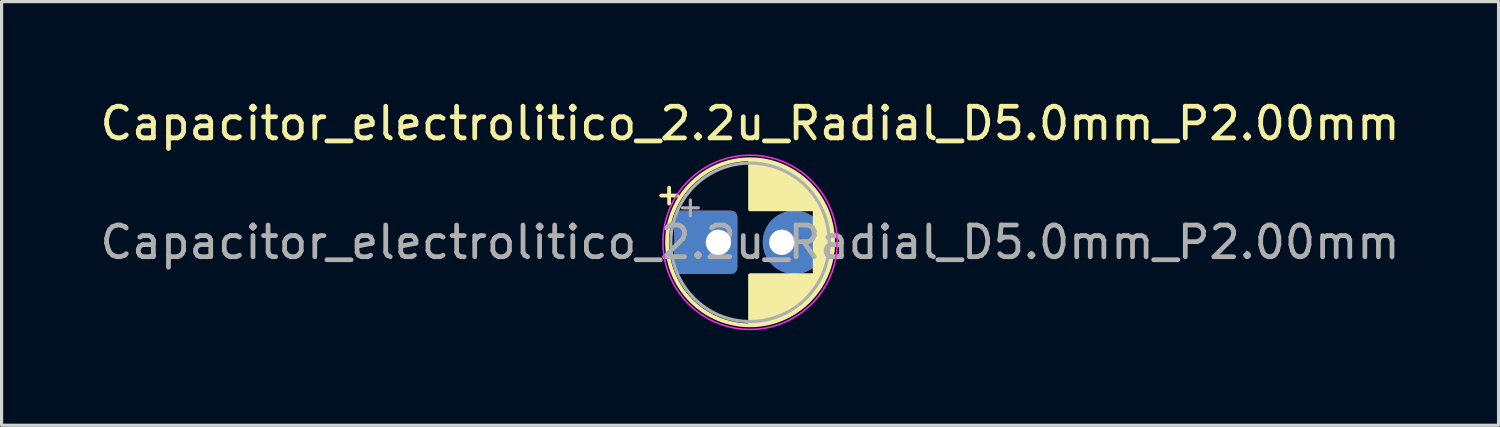
<source format=kicad_pcb>
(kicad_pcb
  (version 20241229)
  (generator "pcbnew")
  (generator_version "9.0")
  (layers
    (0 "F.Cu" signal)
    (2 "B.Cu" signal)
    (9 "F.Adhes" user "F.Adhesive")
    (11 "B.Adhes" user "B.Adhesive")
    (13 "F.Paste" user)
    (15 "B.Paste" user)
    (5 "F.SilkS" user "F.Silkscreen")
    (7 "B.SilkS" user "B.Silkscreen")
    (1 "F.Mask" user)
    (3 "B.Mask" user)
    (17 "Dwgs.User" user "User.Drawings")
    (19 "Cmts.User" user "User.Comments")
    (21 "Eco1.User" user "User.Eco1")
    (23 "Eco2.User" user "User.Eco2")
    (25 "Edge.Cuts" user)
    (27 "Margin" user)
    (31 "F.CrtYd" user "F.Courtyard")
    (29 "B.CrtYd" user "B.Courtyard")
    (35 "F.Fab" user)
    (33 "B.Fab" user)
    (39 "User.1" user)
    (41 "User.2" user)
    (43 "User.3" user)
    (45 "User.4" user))
  (footprint "Capacitor_electrolitico_2.2u_Radial_D5.0mm_P2.00mm"
    (layer "F.Cu")
    (at 20.625 4.598)
    (property "Reference" "Capacitor_electrolitico_2.2u_Radial_D5.0mm_P2.00mm" (at 0 -3.75 0) (layer "F.SilkS") (effects (font (size 1 1) (thickness 0.15))))
    (attr through_hole)
    (fp_line (start -2.805 -1.475) (end -2.305 -1.475) (stroke (width 0.12) (type solid)) (layer "F.SilkS"))
    (fp_line (start -2.555 -1.725) (end -2.555 -1.225) (stroke (width 0.12) (type solid)) (layer "F.SilkS"))
    (fp_line (start 0 -2.58) (end 0 -1.04) (stroke (width 0.12) (type solid)) (layer "F.SilkS"))
    (fp_line (start 0 1.04) (end 0 2.58) (stroke (width 0.12) (type solid)) (layer "F.SilkS"))
    (fp_line (start 0.04 -2.58) (end 0.04 -1.04) (stroke (width 0.12) (type solid)) (layer "F.SilkS"))
    (fp_line (start 0.04 1.04) (end 0.04 2.58) (stroke (width 0.12) (type solid)) (layer "F.SilkS"))
    (fp_line (start 0.08 -2.579) (end 0.08 -1.04) (stroke (width 0.12) (type solid)) (layer "F.SilkS"))
    (fp_line (start 0.08 1.04) (end 0.08 2.579) (stroke (width 0.12) (type solid)) (layer "F.SilkS"))
    (fp_line (start 0.12 -2.577) (end 0.12 -1.04) (stroke (width 0.12) (type solid)) (layer "F.SilkS"))
    (fp_line (start 0.12 1.04) (end 0.12 2.577) (stroke (width 0.12) (type solid)) (layer "F.SilkS"))
    (fp_line (start 0.16 -2.575) (end 0.16 -1.04) (stroke (width 0.12) (type solid)) (layer "F.SilkS"))
    (fp_line (start 0.16 1.04) (end 0.16 2.575) (stroke (width 0.12) (type solid)) (layer "F.SilkS"))
    (fp_line (start 0.2 -2.572) (end 0.2 -1.04) (stroke (width 0.12) (type solid)) (layer "F.SilkS"))
    (fp_line (start 0.2 1.04) (end 0.2 2.572) (stroke (width 0.12) (type solid)) (layer "F.SilkS"))
    (fp_line (start 0.24 -2.569) (end 0.24 -1.04) (stroke (width 0.12) (type solid)) (layer "F.SilkS"))
    (fp_line (start 0.24 1.04) (end 0.24 2.569) (stroke (width 0.12) (type solid)) (layer "F.SilkS"))
    (fp_line (start 0.28 -2.565) (end 0.28 -1.04) (stroke (width 0.12) (type solid)) (layer "F.SilkS"))
    (fp_line (start 0.28 1.04) (end 0.28 2.565) (stroke (width 0.12) (type solid)) (layer "F.SilkS"))
    (fp_line (start 0.32 -2.56) (end 0.32 -1.04) (stroke (width 0.12) (type solid)) (layer "F.SilkS"))
    (fp_line (start 0.32 1.04) (end 0.32 2.56) (stroke (width 0.12) (type solid)) (layer "F.SilkS"))
    (fp_line (start 0.36 -2.555) (end 0.36 -1.04) (stroke (width 0.12) (type solid)) (layer "F.SilkS"))
    (fp_line (start 0.36 1.04) (end 0.36 2.555) (stroke (width 0.12) (type solid)) (layer "F.SilkS"))
    (fp_line (start 0.4 -2.549) (end 0.4 -1.04) (stroke (width 0.12) (type solid)) (layer "F.SilkS"))
    (fp_line (start 0.4 1.04) (end 0.4 2.549) (stroke (width 0.12) (type solid)) (layer "F.SilkS"))
    (fp_line (start 0.44 -2.543) (end 0.44 -1.04) (stroke (width 0.12) (type solid)) (layer "F.SilkS"))
    (fp_line (start 0.44 1.04) (end 0.44 2.543) (stroke (width 0.12) (type solid)) (layer "F.SilkS"))
    (fp_line (start 0.48 -2.536) (end 0.48 -1.04) (stroke (width 0.12) (type solid)) (layer "F.SilkS"))
    (fp_line (start 0.48 1.04) (end 0.48 2.536) (stroke (width 0.12) (type solid)) (layer "F.SilkS"))
    (fp_line (start 0.52 -2.528) (end 0.52 -1.04) (stroke (width 0.12) (type solid)) (layer "F.SilkS"))
    (fp_line (start 0.52 1.04) (end 0.52 2.528) (stroke (width 0.12) (type solid)) (layer "F.SilkS"))
    (fp_line (start 0.56 -2.519) (end 0.56 -1.04) (stroke (width 0.12) (type solid)) (layer "F.SilkS"))
    (fp_line (start 0.56 1.04) (end 0.56 2.519) (stroke (width 0.12) (type solid)) (layer "F.SilkS"))
    (fp_line (start 0.6 -2.51) (end 0.6 -1.04) (stroke (width 0.12) (type solid)) (layer "F.SilkS"))
    (fp_line (start 0.6 1.04) (end 0.6 2.51) (stroke (width 0.12) (type solid)) (layer "F.SilkS"))
    (fp_line (start 0.64 -2.501) (end 0.64 -1.04) (stroke (width 0.12) (type solid)) (layer "F.SilkS"))
    (fp_line (start 0.64 1.04) (end 0.64 2.501) (stroke (width 0.12) (type solid)) (layer "F.SilkS"))
    (fp_line (start 0.68 -2.49) (end 0.68 -1.04) (stroke (width 0.12) (type solid)) (layer "F.SilkS"))
    (fp_line (start 0.68 1.04) (end 0.68 2.49) (stroke (width 0.12) (type solid)) (layer "F.SilkS"))
    (fp_line (start 0.72 -2.479) (end 0.72 -1.04) (stroke (width 0.12) (type solid)) (layer "F.SilkS"))
    (fp_line (start 0.72 1.04) (end 0.72 2.479) (stroke (width 0.12) (type solid)) (layer "F.SilkS"))
    (fp_line (start 0.76 -2.467) (end 0.76 -1.04) (stroke (width 0.12) (type solid)) (layer "F.SilkS"))
    (fp_line (start 0.76 1.04) (end 0.76 2.467) (stroke (width 0.12) (type solid)) (layer "F.SilkS"))
    (fp_line (start 0.8 -2.455) (end 0.8 -1.04) (stroke (width 0.12) (type solid)) (layer "F.SilkS"))
    (fp_line (start 0.8 1.04) (end 0.8 2.455) (stroke (width 0.12) (type solid)) (layer "F.SilkS"))
    (fp_line (start 0.84 -2.442) (end 0.84 -1.04) (stroke (width 0.12) (type solid)) (layer "F.SilkS"))
    (fp_line (start 0.84 1.04) (end 0.84 2.442) (stroke (width 0.12) (type solid)) (layer "F.SilkS"))
    (fp_line (start 0.88 -2.428) (end 0.88 -1.04) (stroke (width 0.12) (type solid)) (layer "F.SilkS"))
    (fp_line (start 0.88 1.04) (end 0.88 2.428) (stroke (width 0.12) (type solid)) (layer "F.SilkS"))
    (fp_line (start 0.92 -2.413) (end 0.92 -1.04) (stroke (width 0.12) (type solid)) (layer "F.SilkS"))
    (fp_line (start 0.92 1.04) (end 0.92 2.413) (stroke (width 0.12) (type solid)) (layer "F.SilkS"))
    (fp_line (start 0.96 -2.398) (end 0.96 -1.04) (stroke (width 0.12) (type solid)) (layer "F.SilkS"))
    (fp_line (start 0.96 1.04) (end 0.96 2.398) (stroke (width 0.12) (type solid)) (layer "F.SilkS"))
    (fp_line (start 1 -2.382) (end 1 -1.04) (stroke (width 0.12) (type solid)) (layer "F.SilkS"))
    (fp_line (start 1 1.04) (end 1 2.382) (stroke (width 0.12) (type solid)) (layer "F.SilkS"))
    (fp_line (start 1.04 -2.365) (end 1.04 -1.04) (stroke (width 0.12) (type solid)) (layer "F.SilkS"))
    (fp_line (start 1.04 1.04) (end 1.04 2.365) (stroke (width 0.12) (type solid)) (layer "F.SilkS"))
    (fp_line (start 1.08 -2.347) (end 1.08 -1.04) (stroke (width 0.12) (type solid)) (layer "F.SilkS"))
    (fp_line (start 1.08 1.04) (end 1.08 2.347) (stroke (width 0.12) (type solid)) (layer "F.SilkS"))
    (fp_line (start 1.12 -2.329) (end 1.12 -1.04) (stroke (width 0.12) (type solid)) (layer "F.SilkS"))
    (fp_line (start 1.12 1.04) (end 1.12 2.329) (stroke (width 0.12) (type solid)) (layer "F.SilkS"))
    (fp_line (start 1.16 -2.309) (end 1.16 -1.04) (stroke (width 0.12) (type solid)) (layer "F.SilkS"))
    (fp_line (start 1.16 1.04) (end 1.16 2.309) (stroke (width 0.12) (type solid)) (layer "F.SilkS"))
    (fp_line (start 1.2 -2.289) (end 1.2 -1.04) (stroke (width 0.12) (type solid)) (layer "F.SilkS"))
    (fp_line (start 1.2 1.04) (end 1.2 2.289) (stroke (width 0.12) (type solid)) (layer "F.SilkS"))
    (fp_line (start 1.24 -2.268) (end 1.24 -1.04) (stroke (width 0.12) (type solid)) (layer "F.SilkS"))
    (fp_line (start 1.24 1.04) (end 1.24 2.268) (stroke (width 0.12) (type solid)) (layer "F.SilkS"))
    (fp_line (start 1.28 -2.246) (end 1.28 -1.04) (stroke (width 0.12) (type solid)) (layer "F.SilkS"))
    (fp_line (start 1.28 1.04) (end 1.28 2.246) (stroke (width 0.12) (type solid)) (layer "F.SilkS"))
    (fp_line (start 1.32 -2.223) (end 1.32 -1.04) (stroke (width 0.12) (type solid)) (layer "F.SilkS"))
    (fp_line (start 1.32 1.04) (end 1.32 2.223) (stroke (width 0.12) (type solid)) (layer "F.SilkS"))
    (fp_line (start 1.36 -2.199) (end 1.36 -1.04) (stroke (width 0.12) (type solid)) (layer "F.SilkS"))
    (fp_line (start 1.36 1.04) (end 1.36 2.199) (stroke (width 0.12) (type solid)) (layer "F.SilkS"))
    (fp_line (start 1.4 -2.175) (end 1.4 -1.04) (stroke (width 0.12) (type solid)) (layer "F.SilkS"))
    (fp_line (start 1.4 1.04) (end 1.4 2.175) (stroke (width 0.12) (type solid)) (layer "F.SilkS"))
    (fp_line (start 1.44 -2.149) (end 1.44 -1.04) (stroke (width 0.12) (type solid)) (layer "F.SilkS"))
    (fp_line (start 1.44 1.04) (end 1.44 2.149) (stroke (width 0.12) (type solid)) (layer "F.SilkS"))
    (fp_line (start 1.48 -2.122) (end 1.48 -1.04) (stroke (width 0.12) (type solid)) (layer "F.SilkS"))
    (fp_line (start 1.48 1.04) (end 1.48 2.122) (stroke (width 0.12) (type solid)) (layer "F.SilkS"))
    (fp_line (start 1.52 -2.094) (end 1.52 -1.04) (stroke (width 0.12) (type solid)) (layer "F.SilkS"))
    (fp_line (start 1.52 1.04) (end 1.52 2.094) (stroke (width 0.12) (type solid)) (layer "F.SilkS"))
    (fp_line (start 1.56 -2.065) (end 1.56 -1.04) (stroke (width 0.12) (type solid)) (layer "F.SilkS"))
    (fp_line (start 1.56 1.04) (end 1.56 2.065) (stroke (width 0.12) (type solid)) (layer "F.SilkS"))
    (fp_line (start 1.6 -2.035) (end 1.6 -1.04) (stroke (width 0.12) (type solid)) (layer "F.SilkS"))
    (fp_line (start 1.6 1.04) (end 1.6 2.035) (stroke (width 0.12) (type solid)) (layer "F.SilkS"))
    (fp_line (start 1.64 -2.003) (end 1.64 -1.04) (stroke (width 0.12) (type solid)) (layer "F.SilkS"))
    (fp_line (start 1.64 1.04) (end 1.64 2.003) (stroke (width 0.12) (type solid)) (layer "F.SilkS"))
    (fp_line (start 1.68 -1.97) (end 1.68 -1.04) (stroke (width 0.12) (type solid)) (layer "F.SilkS"))
    (fp_line (start 1.68 1.04) (end 1.68 1.97) (stroke (width 0.12) (type solid)) (layer "F.SilkS"))
    (fp_line (start 1.72 -1.936) (end 1.72 -1.04) (stroke (width 0.12) (type solid)) (layer "F.SilkS"))
    (fp_line (start 1.72 1.04) (end 1.72 1.936) (stroke (width 0.12) (type solid)) (layer "F.SilkS"))
    (fp_line (start 1.76 -1.901) (end 1.76 -1.04) (stroke (width 0.12) (type solid)) (layer "F.SilkS"))
    (fp_line (start 1.76 1.04) (end 1.76 1.901) (stroke (width 0.12) (type solid)) (layer "F.SilkS"))
    (fp_line (start 1.8 -1.864) (end 1.8 -1.04) (stroke (width 0.12) (type solid)) (layer "F.SilkS"))
    (fp_line (start 1.8 1.04) (end 1.8 1.864) (stroke (width 0.12) (type solid)) (layer "F.SilkS"))
    (fp_line (start 1.84 -1.825) (end 1.84 -1.04) (stroke (width 0.12) (type solid)) (layer "F.SilkS"))
    (fp_line (start 1.84 1.04) (end 1.84 1.825) (stroke (width 0.12) (type solid)) (layer "F.SilkS"))
    (fp_line (start 1.88 -1.785) (end 1.88 -1.04) (stroke (width 0.12) (type solid)) (layer "F.SilkS"))
    (fp_line (start 1.88 1.04) (end 1.88 1.785) (stroke (width 0.12) (type solid)) (layer "F.SilkS"))
    (fp_line (start 1.92 -1.743) (end 1.92 -1.04) (stroke (width 0.12) (type solid)) (layer "F.SilkS"))
    (fp_line (start 1.92 1.04) (end 1.92 1.743) (stroke (width 0.12) (type solid)) (layer "F.SilkS"))
    (fp_line (start 1.96 -1.699) (end 1.96 -1.04) (stroke (width 0.12) (type solid)) (layer "F.SilkS"))
    (fp_line (start 1.96 1.04) (end 1.96 1.699) (stroke (width 0.12) (type solid)) (layer "F.SilkS"))
    (fp_line (start 2 -1.652) (end 2 -1.04) (stroke (width 0.12) (type solid)) (layer "F.SilkS"))
    (fp_line (start 2 1.04) (end 2 1.652) (stroke (width 0.12) (type solid)) (layer "F.SilkS"))
    (fp_line (start 2.04 -1.604) (end 2.04 1.604) (stroke (width 0.12) (type solid)) (layer "F.SilkS"))
    (fp_line (start 2.08 -1.553) (end 2.08 1.553) (stroke (width 0.12) (type solid)) (layer "F.SilkS"))
    (fp_line (start 2.12 -1.499) (end 2.12 1.499) (stroke (width 0.12) (type solid)) (layer "F.SilkS"))
    (fp_line (start 2.16 -1.443) (end 2.16 1.443) (stroke (width 0.12) (type solid)) (layer "F.SilkS"))
    (fp_line (start 2.2 -1.383) (end 2.2 1.383) (stroke (width 0.12) (type solid)) (layer "F.SilkS"))
    (fp_line (start 2.24 -1.319) (end 2.24 1.319) (stroke (width 0.12) (type solid)) (layer "F.SilkS"))
    (fp_line (start 2.28 -1.251) (end 2.28 1.251) (stroke (width 0.12) (type solid)) (layer "F.SilkS"))
    (fp_line (start 2.32 -1.177) (end 2.32 1.177) (stroke (width 0.12) (type solid)) (layer "F.SilkS"))
    (fp_line (start 2.36 -1.098) (end 2.36 1.098) (stroke (width 0.12) (type solid)) (layer "F.SilkS"))
    (fp_line (start 2.4 -1.011) (end 2.4 1.011) (stroke (width 0.12) (type solid)) (layer "F.SilkS"))
    (fp_line (start 2.44 -0.914) (end 2.44 0.914) (stroke (width 0.12) (type solid)) (layer "F.SilkS"))
    (fp_line (start 2.48 -0.805) (end 2.48 0.805) (stroke (width 0.12) (type solid)) (layer "F.SilkS"))
    (fp_line (start 2.52 -0.677) (end 2.52 0.677) (stroke (width 0.12) (type solid)) (layer "F.SilkS"))
    (fp_line (start 2.56 -0.517) (end 2.56 0.517) (stroke (width 0.12) (type solid)) (layer "F.SilkS"))
    (fp_line (start 2.6 -0.283) (end 2.6 0.283) (stroke (width 0.12) (type solid)) (layer "F.SilkS"))
    (fp_circle (center 0 0) (end 2.62 0) (stroke (width 0.12) (type solid)) (fill no) (layer "F.SilkS"))
    (fp_circle (center 0 0) (end 2.75 0) (stroke (width 0.05) (type solid)) (fill no) (layer "F.CrtYd"))
    (fp_line (start -2.134 -1.087) (end -1.634 -1.087) (stroke (width 0.1) (type solid)) (layer "F.Fab"))
    (fp_line (start -1.884 -1.337) (end -1.884 -0.838) (stroke (width 0.1) (type solid)) (layer "F.Fab"))
    (fp_circle (center 0 0) (end 2.5 0) (stroke (width 0.1) (type solid)) (fill no) (layer "F.Fab"))
    (fp_text user "${REFERENCE}" (at 0 0 0) (layer "F.Fab") (effects (font (size 1 1) (thickness 0.15))))
    (pad "1" thru_hole roundrect (at -1 0) (size 2 2) (drill 0.8 (offset -0.4 0)) (layers "*.Cu" "*.Mask") (roundrect_rratio 0.1))
    (pad "2" thru_hole oval (at 1 0) (size 2 2) (drill 0.8 (offset 0.4 0)) (layers "*.Cu" "*.Mask")))
  (gr_rect
    (start -3 -3)
    (end 44.25 10.373)
    (stroke (width 0.1) (type default))
    (fill no)
    (layer "Edge.Cuts")))
</source>
